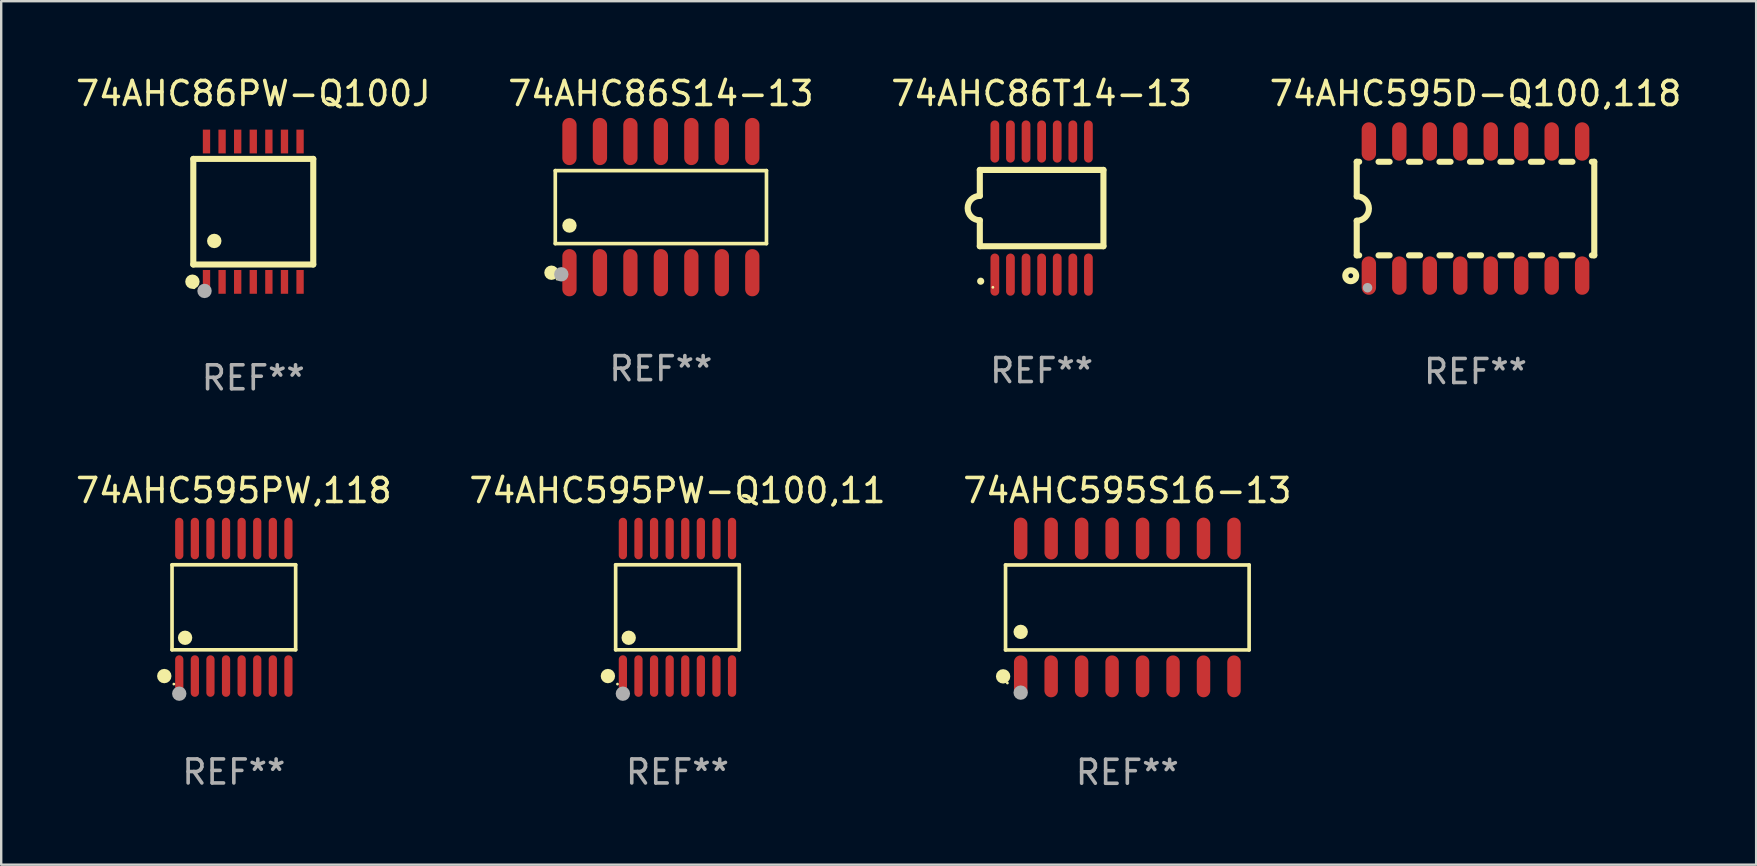
<source format=kicad_pcb>
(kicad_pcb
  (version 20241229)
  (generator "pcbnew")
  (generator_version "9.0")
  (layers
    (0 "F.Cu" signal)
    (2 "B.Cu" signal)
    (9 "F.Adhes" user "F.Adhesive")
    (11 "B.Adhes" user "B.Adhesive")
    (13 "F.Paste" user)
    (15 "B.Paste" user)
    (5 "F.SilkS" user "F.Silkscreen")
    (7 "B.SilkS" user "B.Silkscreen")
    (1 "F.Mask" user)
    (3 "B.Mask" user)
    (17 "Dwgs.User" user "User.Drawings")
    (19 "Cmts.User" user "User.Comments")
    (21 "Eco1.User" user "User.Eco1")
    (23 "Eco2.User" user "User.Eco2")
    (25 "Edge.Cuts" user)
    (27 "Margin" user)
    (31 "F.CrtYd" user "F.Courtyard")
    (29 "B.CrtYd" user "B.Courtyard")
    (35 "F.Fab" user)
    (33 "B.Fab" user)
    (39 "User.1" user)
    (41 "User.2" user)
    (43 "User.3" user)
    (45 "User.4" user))
  (footprint "74AHC595PW,118"
    (layer "F.Cu")
    (at 6.696 22.261)
    (property "Reference" "74AHC595PW,118" (at 0 -4.866 0) (layer "F.SilkS") (effects (font (size 1 1) (thickness 0.15))))
    (attr through_hole)
    (fp_line (start -2.576 -1.772) (end 2.576 -1.772) (stroke (width 0.152) (type solid)) (layer "F.SilkS"))
    (fp_line (start -2.576 1.771) (end -2.576 -1.772) (stroke (width 0.152) (type solid)) (layer "F.SilkS"))
    (fp_line (start 2.576 -1.772) (end 2.576 1.771) (stroke (width 0.152) (type solid)) (layer "F.SilkS"))
    (fp_line (start 2.576 1.771) (end -2.576 1.771) (stroke (width 0.152) (type solid)) (layer "F.SilkS"))
    (fp_circle (center -2.899 2.866) (end -2.749 2.866) (stroke (width 0.3) (type solid)) (fill no) (layer "F.SilkS"))
    (fp_circle (center -2.5 3.2) (end -2.47 3.2) (stroke (width 0.06) (type solid)) (fill no) (layer "F.SilkS"))
    (fp_circle (center -2.032 1.27) (end -1.882 1.27) (stroke (width 0.3) (type solid)) (fill no) (layer "F.SilkS"))
    (fp_circle (center -2.275 3.6) (end -2.125 3.6) (stroke (width 0.3) (type solid)) (fill no) (layer "F.Fab"))
    (fp_text user "REF**" (at 0 6.866 0) (layer "F.Fab") (effects (font (size 1 1) (thickness 0.15))))
    (pad "1" smd oval (at -2.275 2.866) (size 0.343 1.731) (layers "F.Cu" "F.Mask" "F.Paste"))
    (pad "2" smd oval (at -1.625 2.866) (size 0.343 1.731) (layers "F.Cu" "F.Mask" "F.Paste"))
    (pad "3" smd oval (at -0.975 2.866) (size 0.343 1.731) (layers "F.Cu" "F.Mask" "F.Paste"))
    (pad "4" smd oval (at -0.325 2.866) (size 0.343 1.731) (layers "F.Cu" "F.Mask" "F.Paste"))
    (pad "5" smd oval (at 0.325 2.866) (size 0.343 1.731) (layers "F.Cu" "F.Mask" "F.Paste"))
    (pad "6" smd oval (at 0.975 2.866) (size 0.343 1.731) (layers "F.Cu" "F.Mask" "F.Paste"))
    (pad "7" smd oval (at 1.625 2.866) (size 0.343 1.731) (layers "F.Cu" "F.Mask" "F.Paste"))
    (pad "8" smd oval (at 2.275 2.866) (size 0.343 1.731) (layers "F.Cu" "F.Mask" "F.Paste"))
    (pad "9" smd oval (at 2.275 -2.866) (size 0.343 1.731) (layers "F.Cu" "F.Mask" "F.Paste"))
    (pad "10" smd oval (at 1.625 -2.866) (size 0.343 1.731) (layers "F.Cu" "F.Mask" "F.Paste"))
    (pad "11" smd oval (at 0.975 -2.866) (size 0.343 1.731) (layers "F.Cu" "F.Mask" "F.Paste"))
    (pad "12" smd oval (at 0.325 -2.866) (size 0.343 1.731) (layers "F.Cu" "F.Mask" "F.Paste"))
    (pad "13" smd oval (at -0.325 -2.866) (size 0.343 1.731) (layers "F.Cu" "F.Mask" "F.Paste"))
    (pad "14" smd oval (at -0.975 -2.866) (size 0.343 1.731) (layers "F.Cu" "F.Mask" "F.Paste"))
    (pad "15" smd oval (at -1.625 -2.866) (size 0.343 1.731) (layers "F.Cu" "F.Mask" "F.Paste"))
    (pad "16" smd oval (at -2.275 -2.866) (size 0.343 1.731) (layers "F.Cu" "F.Mask" "F.Paste")))
  (footprint "74AHC86PW-Q100J"
    (layer "F.Cu")
    (at 7.506 5.773)
    (property "Reference" "74AHC86PW-Q100J" (at 0 -4.925 0) (layer "F.SilkS") (effects (font (size 1 1) (thickness 0.15))))
    (attr through_hole)
    (fp_line (start -2.5 2.2) (end -2.5 -2.2) (stroke (width 0.254) (type solid)) (layer "F.SilkS"))
    (fp_line (start -2.5 2.2) (end 2.5 2.2) (stroke (width 0.254) (type solid)) (layer "F.SilkS"))
    (fp_line (start 2.5 -2.2) (end -2.5 -2.2) (stroke (width 0.254) (type solid)) (layer "F.SilkS"))
    (fp_line (start 2.5 -2.2) (end 2.5 2.2) (stroke (width 0.254) (type solid)) (layer "F.SilkS"))
    (fp_circle (center -2.536 2.917) (end -2.386 2.917) (stroke (width 0.3) (type solid)) (fill no) (layer "F.SilkS"))
    (fp_circle (center -2.47 3.17) (end -2.44 3.17) (stroke (width 0.06) (type solid)) (fill no) (layer "F.SilkS"))
    (fp_circle (center -1.626 1.219) (end -1.475 1.219) (stroke (width 0.3) (type solid)) (fill no) (layer "F.SilkS"))
    (fp_circle (center -2.032 3.302) (end -1.882 3.302) (stroke (width 0.3) (type solid)) (fill no) (layer "F.Fab"))
    (fp_text user "REF**" (at 0 6.925 0) (layer "F.Fab") (effects (font (size 1 1) (thickness 0.15))))
    (pad "1" smd rect (at -1.95 2.925) (size 0.305 0.991) (layers "F.Cu" "F.Mask" "F.Paste"))
    (pad "2" smd rect (at -1.3 2.925) (size 0.305 0.991) (layers "F.Cu" "F.Mask" "F.Paste"))
    (pad "3" smd rect (at -0.65 2.925) (size 0.305 0.991) (layers "F.Cu" "F.Mask" "F.Paste"))
    (pad "4" smd rect (at 0 2.925) (size 0.305 0.991) (layers "F.Cu" "F.Mask" "F.Paste"))
    (pad "5" smd rect (at 0.65 2.925) (size 0.305 0.991) (layers "F.Cu" "F.Mask" "F.Paste"))
    (pad "6" smd rect (at 1.3 2.925) (size 0.305 0.991) (layers "F.Cu" "F.Mask" "F.Paste"))
    (pad "7" smd rect (at 1.95 2.925) (size 0.305 0.991) (layers "F.Cu" "F.Mask" "F.Paste"))
    (pad "8" smd rect (at 1.95 -2.925) (size 0.305 0.991) (layers "F.Cu" "F.Mask" "F.Paste"))
    (pad "9" smd rect (at 1.3 -2.925) (size 0.305 0.991) (layers "F.Cu" "F.Mask" "F.Paste"))
    (pad "10" smd rect (at 0.65 -2.925) (size 0.305 0.991) (layers "F.Cu" "F.Mask" "F.Paste"))
    (pad "11" smd rect (at 0 -2.925) (size 0.305 0.991) (layers "F.Cu" "F.Mask" "F.Paste"))
    (pad "12" smd rect (at -0.65 -2.925) (size 0.305 0.991) (layers "F.Cu" "F.Mask" "F.Paste"))
    (pad "13" smd rect (at -1.3 -2.925) (size 0.305 0.991) (layers "F.Cu" "F.Mask" "F.Paste"))
    (pad "14" smd rect (at -1.95 -2.925) (size 0.305 0.991) (layers "F.Cu" "F.Mask" "F.Paste")))
  (footprint "74AHC595D-Q100,118"
    (layer "F.Cu")
    (at 58.446 5.642)
    (property "Reference" "74AHC595D-Q100,118" (at 0 -4.794 0) (layer "F.SilkS") (effects (font (size 1 1) (thickness 0.15))))
    (attr through_hole)
    (fp_line (start -4.95 -1.95) (end -4.95 -0.508) (stroke (width 0.254) (type solid)) (layer "F.SilkS"))
    (fp_line (start -4.95 -1.95) (end -4.849 -1.95) (stroke (width 0.254) (type solid)) (layer "F.SilkS"))
    (fp_line (start -4.95 1.95) (end -4.95 0.508) (stroke (width 0.254) (type solid)) (layer "F.SilkS"))
    (fp_line (start -4.95 1.95) (end -4.849 1.95) (stroke (width 0.254) (type solid)) (layer "F.SilkS"))
    (fp_line (start -4.041 -1.95) (end -3.579 -1.95) (stroke (width 0.254) (type solid)) (layer "F.SilkS"))
    (fp_line (start -4.041 1.95) (end -3.579 1.95) (stroke (width 0.254) (type solid)) (layer "F.SilkS"))
    (fp_line (start -2.771 -1.95) (end -2.309 -1.95) (stroke (width 0.254) (type solid)) (layer "F.SilkS"))
    (fp_line (start -2.771 1.95) (end -2.309 1.95) (stroke (width 0.254) (type solid)) (layer "F.SilkS"))
    (fp_line (start -1.501 -1.95) (end -1.039 -1.95) (stroke (width 0.254) (type solid)) (layer "F.SilkS"))
    (fp_line (start -1.501 1.95) (end -1.039 1.95) (stroke (width 0.254) (type solid)) (layer "F.SilkS"))
    (fp_line (start -0.231 -1.95) (end 0.231 -1.95) (stroke (width 0.254) (type solid)) (layer "F.SilkS"))
    (fp_line (start -0.231 1.95) (end 0.231 1.95) (stroke (width 0.254) (type solid)) (layer "F.SilkS"))
    (fp_line (start 1.039 -1.95) (end 1.501 -1.95) (stroke (width 0.254) (type solid)) (layer "F.SilkS"))
    (fp_line (start 1.039 1.95) (end 1.501 1.95) (stroke (width 0.254) (type solid)) (layer "F.SilkS"))
    (fp_line (start 2.309 -1.95) (end 2.771 -1.95) (stroke (width 0.254) (type solid)) (layer "F.SilkS"))
    (fp_line (start 2.309 1.95) (end 2.771 1.95) (stroke (width 0.254) (type solid)) (layer "F.SilkS"))
    (fp_line (start 3.579 -1.95) (end 4.041 -1.95) (stroke (width 0.254) (type solid)) (layer "F.SilkS"))
    (fp_line (start 3.579 1.95) (end 4.041 1.95) (stroke (width 0.254) (type solid)) (layer "F.SilkS"))
    (fp_line (start 4.849 -1.95) (end 4.95 -1.95) (stroke (width 0.254) (type solid)) (layer "F.SilkS"))
    (fp_line (start 4.849 1.95) (end 4.95 1.95) (stroke (width 0.254) (type solid)) (layer "F.SilkS"))
    (fp_line (start 4.95 -1.95) (end 4.95 1.95) (stroke (width 0.254) (type solid)) (layer "F.SilkS"))
    (fp_arc (start -4.95047 -0.508001) (mid -4.442469 -0.000228) (end -4.950013 0.508001) (stroke (width 0.254001) (type solid)) (layer "F.SilkS"))
    (fp_circle (center -5.2 2.8) (end -5.1 2.8) (stroke (width 0.254) (type solid)) (fill no) (layer "F.SilkS"))
    (fp_circle (center -4.95 2.947) (end -4.92 2.947) (stroke (width 0.06) (type solid)) (fill no) (layer "F.SilkS"))
    (fp_circle (center -4.5 3.3) (end -4.4 3.3) (stroke (width 0.2) (type solid)) (fill no) (layer "F.Fab"))
    (fp_text user "REF**" (at 0 6.794 0) (layer "F.Fab") (effects (font (size 1 1) (thickness 0.15))))
    (pad "1" smd oval (at -4.445 2.794) (size 0.6 1.6) (layers "F.Cu" "F.Mask" "F.Paste"))
    (pad "2" smd oval (at -3.175 2.794) (size 0.6 1.6) (layers "F.Cu" "F.Mask" "F.Paste"))
    (pad "3" smd oval (at -1.905 2.794) (size 0.6 1.6) (layers "F.Cu" "F.Mask" "F.Paste"))
    (pad "4" smd oval (at -0.635 2.794) (size 0.6 1.6) (layers "F.Cu" "F.Mask" "F.Paste"))
    (pad "5" smd oval (at 0.635 2.794) (size 0.6 1.6) (layers "F.Cu" "F.Mask" "F.Paste"))
    (pad "6" smd oval (at 1.905 2.794) (size 0.6 1.6) (layers "F.Cu" "F.Mask" "F.Paste"))
    (pad "7" smd oval (at 3.175 2.794) (size 0.6 1.6) (layers "F.Cu" "F.Mask" "F.Paste"))
    (pad "8" smd oval (at 4.445 2.794) (size 0.6 1.6) (layers "F.Cu" "F.Mask" "F.Paste"))
    (pad "9" smd oval (at 4.445 -2.794) (size 0.6 1.6) (layers "F.Cu" "F.Mask" "F.Paste"))
    (pad "10" smd oval (at 3.175 -2.794) (size 0.6 1.6) (layers "F.Cu" "F.Mask" "F.Paste"))
    (pad "11" smd oval (at 1.905 -2.794) (size 0.6 1.6) (layers "F.Cu" "F.Mask" "F.Paste"))
    (pad "12" smd oval (at 0.635 -2.794) (size 0.6 1.6) (layers "F.Cu" "F.Mask" "F.Paste"))
    (pad "13" smd oval (at -0.635 -2.794) (size 0.6 1.6) (layers "F.Cu" "F.Mask" "F.Paste"))
    (pad "14" smd oval (at -1.905 -2.794) (size 0.6 1.6) (layers "F.Cu" "F.Mask" "F.Paste"))
    (pad "15" smd oval (at -3.175 -2.794) (size 0.6 1.6) (layers "F.Cu" "F.Mask" "F.Paste"))
    (pad "16" smd oval (at -4.445 -2.794) (size 0.6 1.6) (layers "F.Cu" "F.Mask" "F.Paste")))
  (footprint "74AHC595PW-Q100,11"
    (layer "F.Cu")
    (at 25.185 22.261)
    (property "Reference" "74AHC595PW-Q100,11" (at 0 -4.866 0) (layer "F.SilkS") (effects (font (size 1 1) (thickness 0.15))))
    (attr through_hole)
    (fp_line (start -2.576 -1.772) (end 2.576 -1.772) (stroke (width 0.152) (type solid)) (layer "F.SilkS"))
    (fp_line (start -2.576 1.771) (end -2.576 -1.772) (stroke (width 0.152) (type solid)) (layer "F.SilkS"))
    (fp_line (start 2.576 -1.772) (end 2.576 1.771) (stroke (width 0.152) (type solid)) (layer "F.SilkS"))
    (fp_line (start 2.576 1.771) (end -2.576 1.771) (stroke (width 0.152) (type solid)) (layer "F.SilkS"))
    (fp_circle (center -2.899 2.866) (end -2.749 2.866) (stroke (width 0.3) (type solid)) (fill no) (layer "F.SilkS"))
    (fp_circle (center -2.5 3.2) (end -2.47 3.2) (stroke (width 0.06) (type solid)) (fill no) (layer "F.SilkS"))
    (fp_circle (center -2.032 1.27) (end -1.882 1.27) (stroke (width 0.3) (type solid)) (fill no) (layer "F.SilkS"))
    (fp_circle (center -2.275 3.6) (end -2.125 3.6) (stroke (width 0.3) (type solid)) (fill no) (layer "F.Fab"))
    (fp_text user "REF**" (at 0 6.866 0) (layer "F.Fab") (effects (font (size 1 1) (thickness 0.15))))
    (pad "1" smd oval (at -2.275 2.866) (size 0.343 1.731) (layers "F.Cu" "F.Mask" "F.Paste"))
    (pad "2" smd oval (at -1.625 2.866) (size 0.343 1.731) (layers "F.Cu" "F.Mask" "F.Paste"))
    (pad "3" smd oval (at -0.975 2.866) (size 0.343 1.731) (layers "F.Cu" "F.Mask" "F.Paste"))
    (pad "4" smd oval (at -0.325 2.866) (size 0.343 1.731) (layers "F.Cu" "F.Mask" "F.Paste"))
    (pad "5" smd oval (at 0.325 2.866) (size 0.343 1.731) (layers "F.Cu" "F.Mask" "F.Paste"))
    (pad "6" smd oval (at 0.975 2.866) (size 0.343 1.731) (layers "F.Cu" "F.Mask" "F.Paste"))
    (pad "7" smd oval (at 1.625 2.866) (size 0.343 1.731) (layers "F.Cu" "F.Mask" "F.Paste"))
    (pad "8" smd oval (at 2.275 2.866) (size 0.343 1.731) (layers "F.Cu" "F.Mask" "F.Paste"))
    (pad "9" smd oval (at 2.275 -2.866) (size 0.343 1.731) (layers "F.Cu" "F.Mask" "F.Paste"))
    (pad "10" smd oval (at 1.625 -2.866) (size 0.343 1.731) (layers "F.Cu" "F.Mask" "F.Paste"))
    (pad "11" smd oval (at 0.975 -2.866) (size 0.343 1.731) (layers "F.Cu" "F.Mask" "F.Paste"))
    (pad "12" smd oval (at 0.325 -2.866) (size 0.343 1.731) (layers "F.Cu" "F.Mask" "F.Paste"))
    (pad "13" smd oval (at -0.325 -2.866) (size 0.343 1.731) (layers "F.Cu" "F.Mask" "F.Paste"))
    (pad "14" smd oval (at -0.975 -2.866) (size 0.343 1.731) (layers "F.Cu" "F.Mask" "F.Paste"))
    (pad "15" smd oval (at -1.625 -2.866) (size 0.343 1.731) (layers "F.Cu" "F.Mask" "F.Paste"))
    (pad "16" smd oval (at -2.275 -2.866) (size 0.343 1.731) (layers "F.Cu" "F.Mask" "F.Paste")))
  (footprint "74AHC86S14-13"
    (layer "F.Cu")
    (at 24.494 5.582)
    (property "Reference" "74AHC86S14-13" (at 0 -4.734 0) (layer "F.SilkS") (effects (font (size 1 1) (thickness 0.15))))
    (attr through_hole)
    (fp_line (start -4.401 -1.521) (end 4.401 -1.521) (stroke (width 0.152) (type solid)) (layer "F.SilkS"))
    (fp_line (start -4.401 1.521) (end -4.401 -1.521) (stroke (width 0.152) (type solid)) (layer "F.SilkS"))
    (fp_line (start 4.401 -1.521) (end 4.401 1.521) (stroke (width 0.152) (type solid)) (layer "F.SilkS"))
    (fp_line (start 4.401 1.521) (end -4.401 1.521) (stroke (width 0.152) (type solid)) (layer "F.SilkS"))
    (fp_circle (center -4.56 2.734) (end -4.41 2.734) (stroke (width 0.3) (type solid)) (fill no) (layer "F.SilkS"))
    (fp_circle (center -4.325 3) (end -4.295 3) (stroke (width 0.06) (type solid)) (fill no) (layer "F.SilkS"))
    (fp_circle (center -3.81 0.769) (end -3.66 0.769) (stroke (width 0.3) (type solid)) (fill no) (layer "F.SilkS"))
    (fp_circle (center -4.15 2.8) (end -4 2.8) (stroke (width 0.3) (type solid)) (fill no) (layer "F.Fab"))
    (fp_text user "REF**" (at 0 6.734 0) (layer "F.Fab") (effects (font (size 1 1) (thickness 0.15))))
    (pad "1" smd oval (at -3.81 2.734) (size 0.595 1.968) (layers "F.Cu" "F.Mask" "F.Paste"))
    (pad "2" smd oval (at -2.54 2.734) (size 0.595 1.968) (layers "F.Cu" "F.Mask" "F.Paste"))
    (pad "3" smd oval (at -1.27 2.734) (size 0.595 1.968) (layers "F.Cu" "F.Mask" "F.Paste"))
    (pad "4" smd oval (at 0 2.734) (size 0.595 1.968) (layers "F.Cu" "F.Mask" "F.Paste"))
    (pad "5" smd oval (at 1.27 2.734) (size 0.595 1.968) (layers "F.Cu" "F.Mask" "F.Paste"))
    (pad "6" smd oval (at 2.54 2.734) (size 0.595 1.968) (layers "F.Cu" "F.Mask" "F.Paste"))
    (pad "7" smd oval (at 3.81 2.734) (size 0.595 1.968) (layers "F.Cu" "F.Mask" "F.Paste"))
    (pad "8" smd oval (at 3.81 -2.734) (size 0.595 1.968) (layers "F.Cu" "F.Mask" "F.Paste"))
    (pad "9" smd oval (at 2.54 -2.734) (size 0.595 1.968) (layers "F.Cu" "F.Mask" "F.Paste"))
    (pad "10" smd oval (at 1.27 -2.734) (size 0.595 1.968) (layers "F.Cu" "F.Mask" "F.Paste"))
    (pad "11" smd oval (at 0 -2.734) (size 0.595 1.968) (layers "F.Cu" "F.Mask" "F.Paste"))
    (pad "12" smd oval (at -1.27 -2.734) (size 0.595 1.968) (layers "F.Cu" "F.Mask" "F.Paste"))
    (pad "13" smd oval (at -2.54 -2.734) (size 0.595 1.968) (layers "F.Cu" "F.Mask" "F.Paste"))
    (pad "14" smd oval (at -3.81 -2.734) (size 0.595 1.968) (layers "F.Cu" "F.Mask" "F.Paste")))
  (footprint "74AHC86T14-13"
    (layer "F.Cu")
    (at 40.363 5.622)
    (property "Reference" "74AHC86T14-13" (at 0 -4.774 0) (layer "F.SilkS") (effects (font (size 1 1) (thickness 0.15))))
    (attr through_hole)
    (fp_line (start -2.576 -1.59) (end -2.576 -0.508) (stroke (width 0.254) (type solid)) (layer "F.SilkS"))
    (fp_line (start -2.576 -1.59) (end 2.576 -1.59) (stroke (width 0.254) (type solid)) (layer "F.SilkS"))
    (fp_line (start -2.576 1.59) (end -2.576 0.508) (stroke (width 0.254) (type solid)) (layer "F.SilkS"))
    (fp_line (start 2.576 -1.59) (end 2.576 1.59) (stroke (width 0.254) (type solid)) (layer "F.SilkS"))
    (fp_line (start 2.576 1.59) (end -2.576 1.59) (stroke (width 0.254) (type solid)) (layer "F.SilkS"))
    (fp_arc (start -2.576099 0.506706) (mid -3.081511 0) (end -2.576098 -0.506706) (stroke (width 0.254001) (type solid)) (layer "F.SilkS"))
    (fp_circle (center -2.54 3.048) (end -2.465 3.048) (stroke (width 0.15) (type solid)) (fill no) (layer "F.SilkS"))
    (fp_circle (center -2.032 3.302) (end -2.002 3.302) (stroke (width 0.06) (type solid)) (fill no) (layer "F.SilkS"))
    (fp_text user "REF**" (at 0 6.774 0) (layer "F.Fab") (effects (font (size 1 1) (thickness 0.15))))
    (pad "1" smd oval (at -1.95 2.774) (size 0.364 1.758) (layers "F.Cu" "F.Mask" "F.Paste"))
    (pad "2" smd oval (at -1.3 2.774) (size 0.364 1.758) (layers "F.Cu" "F.Mask" "F.Paste"))
    (pad "3" smd oval (at -0.65 2.774) (size 0.364 1.758) (layers "F.Cu" "F.Mask" "F.Paste"))
    (pad "4" smd oval (at 0 2.774) (size 0.364 1.758) (layers "F.Cu" "F.Mask" "F.Paste"))
    (pad "5" smd oval (at 0.65 2.774) (size 0.364 1.758) (layers "F.Cu" "F.Mask" "F.Paste"))
    (pad "6" smd oval (at 1.3 2.774) (size 0.364 1.758) (layers "F.Cu" "F.Mask" "F.Paste"))
    (pad "7" smd oval (at 1.95 2.774) (size 0.364 1.758) (layers "F.Cu" "F.Mask" "F.Paste"))
    (pad "8" smd oval (at 1.95 -2.774) (size 0.364 1.758) (layers "F.Cu" "F.Mask" "F.Paste"))
    (pad "9" smd oval (at 1.3 -2.774) (size 0.364 1.758) (layers "F.Cu" "F.Mask" "F.Paste"))
    (pad "10" smd oval (at 0.65 -2.774) (size 0.364 1.758) (layers "F.Cu" "F.Mask" "F.Paste"))
    (pad "11" smd oval (at 0 -2.774) (size 0.364 1.758) (layers "F.Cu" "F.Mask" "F.Paste"))
    (pad "12" smd oval (at -0.65 -2.774) (size 0.364 1.758) (layers "F.Cu" "F.Mask" "F.Paste"))
    (pad "13" smd oval (at -1.3 -2.774) (size 0.364 1.758) (layers "F.Cu" "F.Mask" "F.Paste"))
    (pad "14" smd oval (at -1.95 -2.774) (size 0.364 1.758) (layers "F.Cu" "F.Mask" "F.Paste")))
  (footprint "74AHC595S16-13"
    (layer "F.Cu")
    (at 43.935 22.267)
    (property "Reference" "74AHC595S16-13" (at 0 -4.872 0) (layer "F.SilkS") (effects (font (size 1 1) (thickness 0.15))))
    (attr through_hole)
    (fp_line (start -5.076 -1.771) (end 5.076 -1.771) (stroke (width 0.152) (type solid)) (layer "F.SilkS"))
    (fp_line (start -5.076 1.771) (end -5.076 -1.771) (stroke (width 0.152) (type solid)) (layer "F.SilkS"))
    (fp_line (start 5.076 -1.771) (end 5.076 1.771) (stroke (width 0.152) (type solid)) (layer "F.SilkS"))
    (fp_line (start 5.076 1.771) (end -5.076 1.771) (stroke (width 0.152) (type solid)) (layer "F.SilkS"))
    (fp_circle (center -5.177 2.872) (end -5.027 2.872) (stroke (width 0.3) (type solid)) (fill no) (layer "F.SilkS"))
    (fp_circle (center -5 3.15) (end -4.97 3.15) (stroke (width 0.06) (type solid)) (fill no) (layer "F.SilkS"))
    (fp_circle (center -4.445 1.019) (end -4.295 1.019) (stroke (width 0.3) (type solid)) (fill no) (layer "F.SilkS"))
    (fp_circle (center -4.445 3.55) (end -4.295 3.55) (stroke (width 0.3) (type solid)) (fill no) (layer "F.Fab"))
    (fp_text user "REF**" (at 0 6.872 0) (layer "F.Fab") (effects (font (size 1 1) (thickness 0.15))))
    (pad "1" smd oval (at -4.445 2.872) (size 0.56 1.745) (layers "F.Cu" "F.Mask" "F.Paste"))
    (pad "2" smd oval (at -3.175 2.872) (size 0.56 1.745) (layers "F.Cu" "F.Mask" "F.Paste"))
    (pad "3" smd oval (at -1.905 2.872) (size 0.56 1.745) (layers "F.Cu" "F.Mask" "F.Paste"))
    (pad "4" smd oval (at -0.635 2.872) (size 0.56 1.745) (layers "F.Cu" "F.Mask" "F.Paste"))
    (pad "5" smd oval (at 0.635 2.872) (size 0.56 1.745) (layers "F.Cu" "F.Mask" "F.Paste"))
    (pad "6" smd oval (at 1.905 2.872) (size 0.56 1.745) (layers "F.Cu" "F.Mask" "F.Paste"))
    (pad "7" smd oval (at 3.175 2.872) (size 0.56 1.745) (layers "F.Cu" "F.Mask" "F.Paste"))
    (pad "8" smd oval (at 4.445 2.872) (size 0.56 1.745) (layers "F.Cu" "F.Mask" "F.Paste"))
    (pad "9" smd oval (at 4.445 -2.872) (size 0.56 1.745) (layers "F.Cu" "F.Mask" "F.Paste"))
    (pad "10" smd oval (at 3.175 -2.872) (size 0.56 1.745) (layers "F.Cu" "F.Mask" "F.Paste"))
    (pad "11" smd oval (at 1.905 -2.872) (size 0.56 1.745) (layers "F.Cu" "F.Mask" "F.Paste"))
    (pad "12" smd oval (at 0.635 -2.872) (size 0.56 1.745) (layers "F.Cu" "F.Mask" "F.Paste"))
    (pad "13" smd oval (at -0.635 -2.872) (size 0.56 1.745) (layers "F.Cu" "F.Mask" "F.Paste"))
    (pad "14" smd oval (at -1.905 -2.872) (size 0.56 1.745) (layers "F.Cu" "F.Mask" "F.Paste"))
    (pad "15" smd oval (at -3.175 -2.872) (size 0.56 1.745) (layers "F.Cu" "F.Mask" "F.Paste"))
    (pad "16" smd oval (at -4.445 -2.872) (size 0.56 1.745) (layers "F.Cu" "F.Mask" "F.Paste")))
  (gr_rect
    (start -3 -3)
    (end 70.143 32.988)
    (stroke (width 0.1) (type default))
    (fill no)
    (layer "Edge.Cuts")))
</source>
